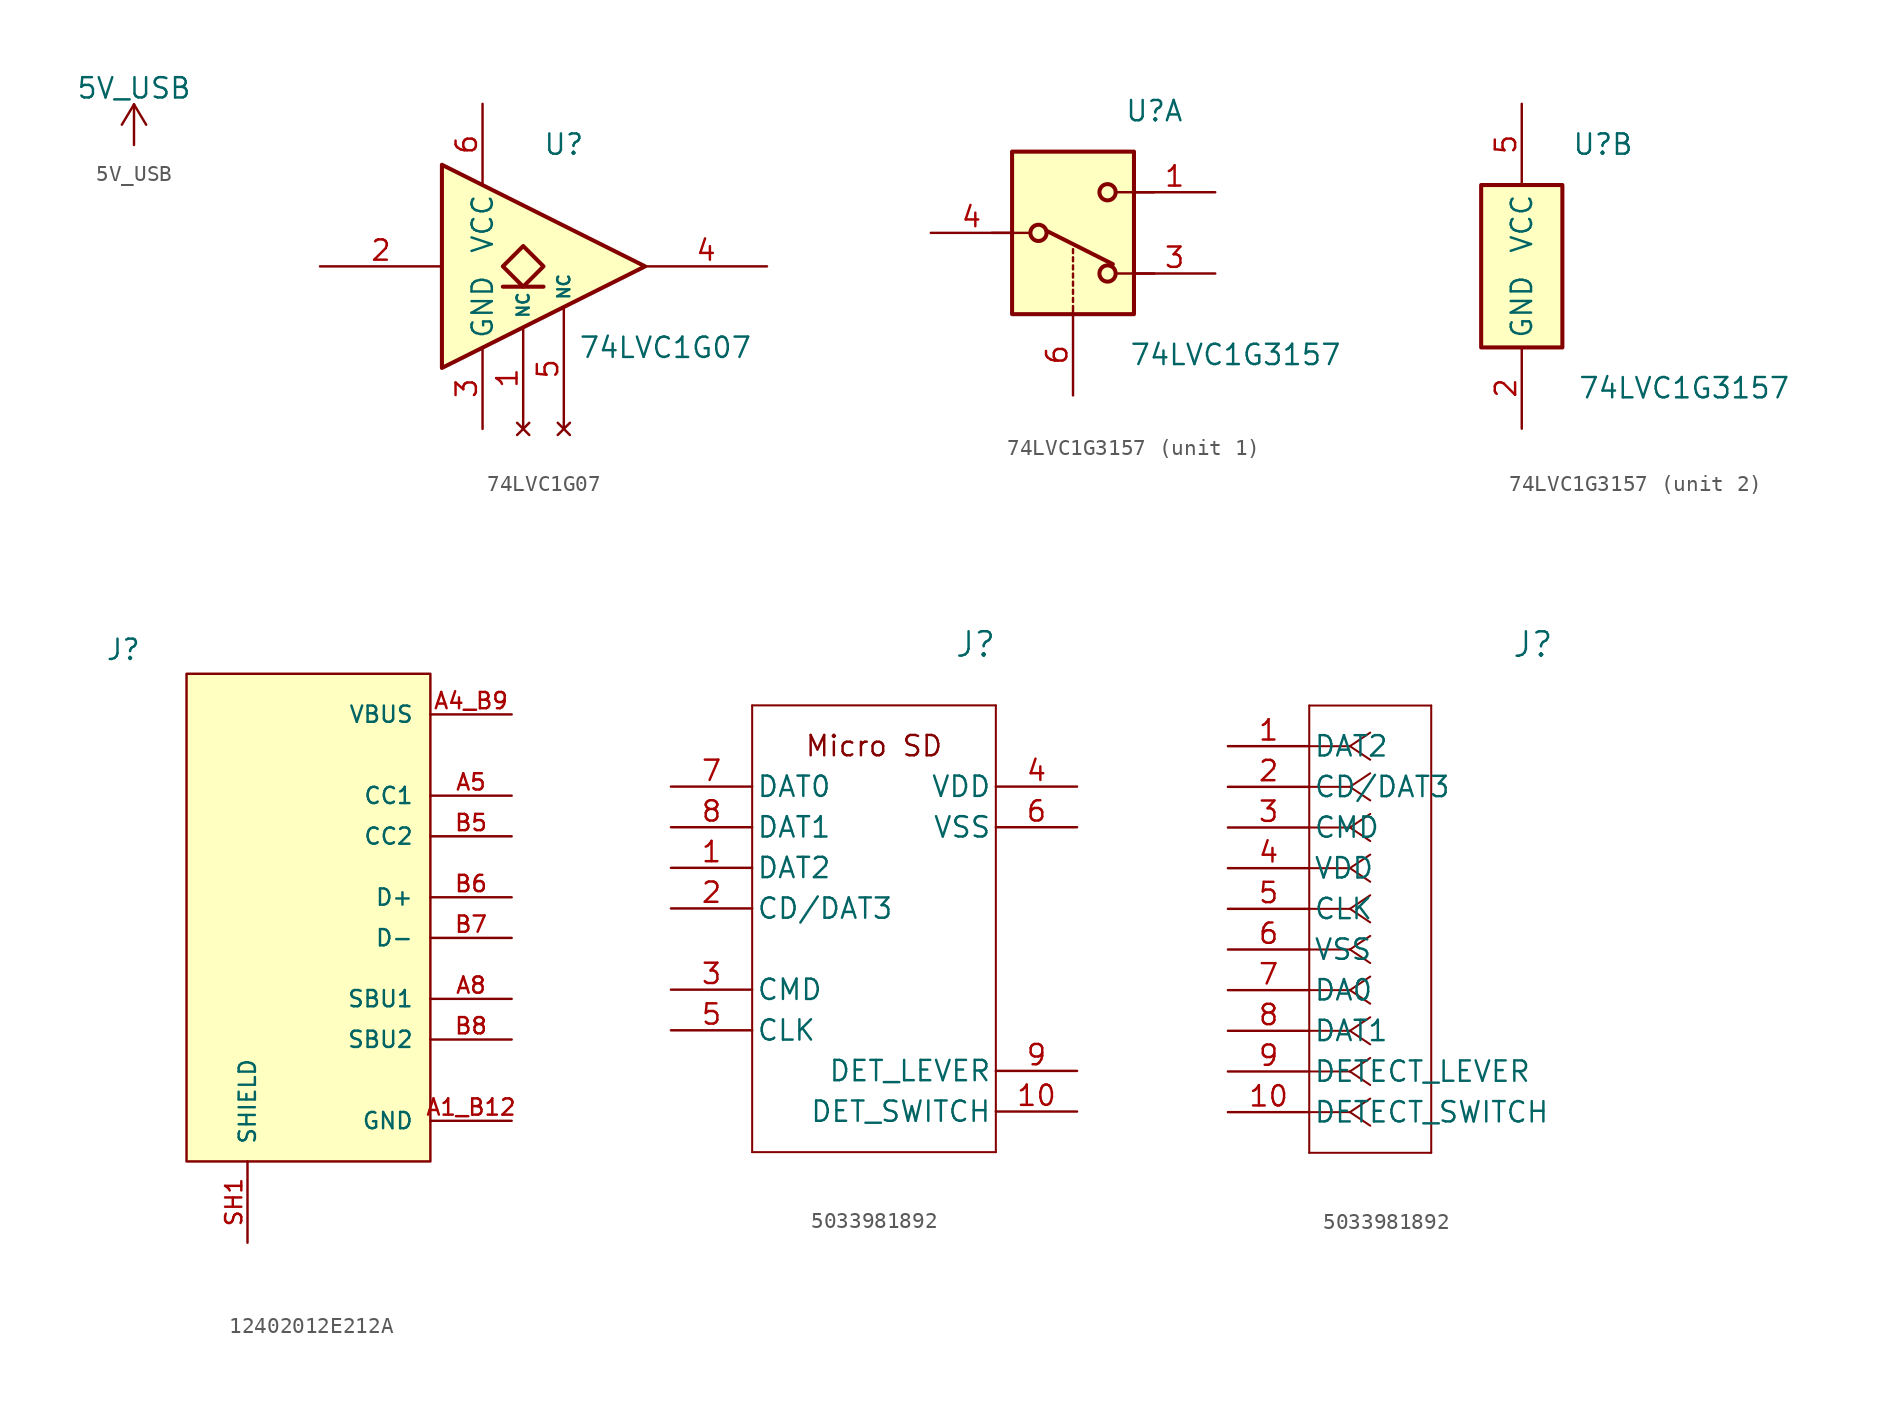
<source format=kicad_sym>
(kicad_symbol_lib
  (version 20220914)
  (generator kicad_symbol_editor)
  (symbol "5V_USB"
    (power)
    (pin_names
      (offset 0))
    (property "Reference" "#PWR"
      (at 0 -3.81 0)
      (effects (font (size 1.27 1.27)) hide))
    (property "Value" "5V_USB"
      (at 0 3.556 0)
      (effects (font (size 1.27 1.27))))
    (symbol "5V_USB_0_1"
      (polyline (pts (xy -0.762 1.27) (xy 0 2.54)) (stroke (width 0) (type default)) (fill (type none)))
      (polyline (pts (xy 0 0) (xy 0 2.54)) (stroke (width 0) (type default)) (fill (type none)))
      (polyline (pts (xy 0 2.54) (xy 0.762 1.27)) (stroke (width 0) (type default)) (fill (type none))))
    (symbol "5V_USB_1_1"
      (pin power_in line (at 0 0 90) (length 0) hide (name "5V_USB" (effects (font (size 1.27 1.27)))) (number "1" (effects (font (size 1.27 1.27)))))))
  (symbol "74LVC1G07"
    (property "Reference" "U"
      (at 0 7.62 0)
      (effects (font (size 1.27 1.27))))
    (property "Value" "74LVC1G07"
      (at 6.35 -5.08 0)
      (effects (font (size 1.27 1.27))))
    (symbol "74LVC1G07_0_1"
      (polyline (pts (xy -3.81 -1.27) (xy -1.27 -1.27)) (stroke (width 0.254) (type default)) (fill (type background)))
      (polyline (pts (xy -7.62 6.35) (xy -7.62 -6.35) (xy 5.08 0) (xy -7.62 6.35)) (stroke (width 0.254) (type default)) (fill (type background)))
      (polyline (pts (xy -2.54 1.27) (xy -3.81 0) (xy -2.54 -1.27) (xy -1.27 0) (xy -2.54 1.27)) (stroke (width 0.254) (type default)) (fill (type background))))
    (symbol "74LVC1G07_1_1"
      (pin no_connect line (at -2.54 -10.16 90) (length 6.35) (name "NC" (effects (font (size 0.762 0.762)))) (number "1" (effects (font (size 1.27 1.27)))))
      (pin input line (at -15.24 0 0) (length 7.62) (name "~" (effects (font (size 1.27 1.27)))) (number "2" (effects (font (size 1.27 1.27)))))
      (pin power_in line (at -5.08 -10.16 90) (length 5.08) (name "GND" (effects (font (size 1.27 1.27)))) (number "3" (effects (font (size 1.27 1.27)))))
      (pin open_collector line (at 12.7 0 180) (length 7.62) (name "~" (effects (font (size 1.27 1.27)))) (number "4" (effects (font (size 1.27 1.27)))))
      (pin no_connect line (at 0 -10.16 90) (length 7.5) (name "NC" (effects (font (size 0.762 0.762)))) (number "5" (effects (font (size 1.27 1.27)))))
      (pin power_in line (at -5.08 10.16 270) (length 5.08) (name "VCC" (effects (font (size 1.27 1.27)))) (number "6" (effects (font (size 1.27 1.27)))))))
  (symbol "74LVC1G3157"
    (property "Reference" "U"
      (at 5.08 7.62 0)
      (effects (font (size 1.27 1.27))))
    (property "Value" "74LVC1G3157"
      (at 10.16 -7.62 0)
      (effects (font (size 1.27 1.27))))
    (property "ki_locked" ""
      (at 0 0 0)
      (effects (font (size 1.27 1.27))))
    (symbol "74LVC1G3157_1_1"
      (rectangle (start -3.81 5.08) (end 3.81 -5.08) (stroke (width 0.254) (type default)) (fill (type background)))
      (circle (center -2.159 0) (radius 0.508) (stroke (width 0.254) (type default)) (fill (type none)))
      (polyline (pts (xy -5.08 0) (xy -2.794 0)) (stroke (width 0) (type default)) (fill (type none)))
      (polyline (pts (xy -1.651 0.127) (xy 2.489 -1.956)) (stroke (width 0.254) (type default)) (fill (type none)))
      (polyline (pts (xy 0 -5.08) (xy 0 -4.572)) (stroke (width 0) (type default)) (fill (type none)))
      (polyline (pts (xy 0 -4.318) (xy 0 -4.064)) (stroke (width 0) (type default)) (fill (type none)))
      (polyline (pts (xy 0 -3.81) (xy 0 -3.556)) (stroke (width 0) (type default)) (fill (type none)))
      (polyline (pts (xy 0 -3.302) (xy 0 -3.048)) (stroke (width 0) (type default)) (fill (type none)))
      (polyline (pts (xy 0 -2.794) (xy 0 -2.54)) (stroke (width 0) (type default)) (fill (type none)))
      (polyline (pts (xy 0 -2.286) (xy 0 -2.032)) (stroke (width 0) (type default)) (fill (type none)))
      (polyline (pts (xy 0 -1.778) (xy 0 -1.524)) (stroke (width 0) (type default)) (fill (type none)))
      (polyline (pts (xy 0 -1.27) (xy 0 -1.016)) (stroke (width 0) (type default)) (fill (type none)))
      (polyline (pts (xy 5.08 -2.54) (xy 2.794 -2.54)) (stroke (width 0) (type default)) (fill (type none)))
      (polyline (pts (xy 5.08 2.54) (xy 2.794 2.54)) (stroke (width 0) (type default)) (fill (type none)))
      (circle (center 2.159 -2.54) (radius 0.508) (stroke (width 0.254) (type default)) (fill (type none)))
      (circle (center 2.159 2.54) (radius 0.508) (stroke (width 0.254) (type default)) (fill (type none)))
      (pin bidirectional line (at 8.89 2.54 180) (length 5.08) (name "~" (effects (font (size 1.27 1.27)))) (number "1" (effects (font (size 1.27 1.27)))))
      (pin bidirectional line (at 8.89 -2.54 180) (length 5.08) (name "~" (effects (font (size 1.27 1.27)))) (number "3" (effects (font (size 1.27 1.27)))))
      (pin bidirectional line (at -8.89 0 0) (length 5.08) (name "~" (effects (font (size 1.27 1.27)))) (number "4" (effects (font (size 1.27 1.27)))))
      (pin input line (at 0 -10.16 90) (length 5.08) (name "~" (effects (font (size 1.27 1.27)))) (number "6" (effects (font (size 1.27 1.27))))))
    (symbol "74LVC1G3157_2_1"
      (rectangle (start -2.54 5.08) (end 2.54 -5.08) (stroke (width 0.254) (type default)) (fill (type background)))
      (pin power_in line (at 0 -10.16 90) (length 5.08) (name "GND" (effects (font (size 1.27 1.27)))) (number "2" (effects (font (size 1.27 1.27)))))
      (pin power_in line (at 0 10.16 270) (length 5.08) (name "VCC" (effects (font (size 1.27 1.27)))) (number "5" (effects (font (size 1.27 1.27)))))))
  (symbol "12402012E212A"
    (pin_names
      (offset 1.016))
    (property "Reference" "J"
      (at -12.7 13.462 0)
      (effects (font (size 1.27 1.27)) (justify left bottom)))
    (symbol "12402012E212A_0_0"
      (pin power_in line (at 12.7 -15.24 180) (length 5.08) (name "GND" (effects (font (size 1.016 1.016)))) (number "A1_B12" (effects (font (size 1.016 1.016)))))
      (pin power_in line (at 12.7 10.16 180) (length 5.08) (name "VBUS" (effects (font (size 1.016 1.016)))) (number "A4_B9" (effects (font (size 1.016 1.016)))))
      (pin bidirectional line (at 12.7 5.08 180) (length 5.08) (name "CC1" (effects (font (size 1.016 1.016)))) (number "A5" (effects (font (size 1.016 1.016)))))
      (pin bidirectional line (at 12.7 -1.27 180) (length 5.08) hide (name "D+" (effects (font (size 1.016 1.016)))) (number "A6" (effects (font (size 1.016 1.016)))))
      (pin bidirectional line (at 12.7 -3.81 180) (length 5.08) hide (name "D-" (effects (font (size 1.016 1.016)))) (number "A7" (effects (font (size 1.016 1.016)))))
      (pin bidirectional line (at 12.7 -7.62 180) (length 5.08) (name "SBU1" (effects (font (size 1.016 1.016)))) (number "A8" (effects (font (size 1.016 1.016)))))
      (pin power_in line (at 12.7 -15.24 180) (length 5.08) hide (name "GND__1" (effects (font (size 1.016 1.016)))) (number "B1_A12" (effects (font (size 1.016 1.016)))))
      (pin power_in line (at 12.7 10.16 180) (length 5.08) hide (name "VBUS__1" (effects (font (size 1.016 1.016)))) (number "B4_A9" (effects (font (size 1.016 1.016)))))
      (pin bidirectional line (at 12.7 2.54 180) (length 5.08) (name "CC2" (effects (font (size 1.016 1.016)))) (number "B5" (effects (font (size 1.016 1.016)))))
      (pin bidirectional line (at 12.7 -1.27 180) (length 5.08) (name "D+" (effects (font (size 1.016 1.016)))) (number "B6" (effects (font (size 1.016 1.016)))))
      (pin bidirectional line (at 12.7 -3.81 180) (length 5.08) (name "D-" (effects (font (size 1.016 1.016)))) (number "B7" (effects (font (size 1.016 1.016)))))
      (pin bidirectional line (at 12.7 -10.16 180) (length 5.08) (name "SBU2" (effects (font (size 1.016 1.016)))) (number "B8" (effects (font (size 1.016 1.016)))))
      (pin passive line (at -3.81 -22.86 90) (length 5.08) (name "SHIELD" (effects (font (size 1.016 1.016)))) (number "SH1" (effects (font (size 1.016 1.016)))))
      (pin passive line (at -3.81 -22.86 90) (length 5.08) hide (name "SHIELD__1" (effects (font (size 1.016 1.016)))) (number "SH2" (effects (font (size 1.016 1.016)))))
      (pin passive line (at -3.81 -22.86 90) (length 5.08) hide (name "SHIELD__2" (effects (font (size 1.016 1.016)))) (number "SH3" (effects (font (size 1.016 1.016)))))
      (pin passive line (at -3.81 -22.86 90) (length 5.08) hide (name "SHIELD__3" (effects (font (size 1.016 1.016)))) (number "SH4" (effects (font (size 1.016 1.016))))))
    (symbol "12402012E212A_0_1"
      (rectangle (start -7.62 12.7) (end 7.62 -17.78) (stroke (width 0) (type solid)) (fill (type background)))))
  (symbol "5033981892"
    (pin_names
      (offset 0.254))
    (property "Reference" "J"
      (at 19.05 6.35 0)
      (effects (font (size 1.524 1.524))))
    (symbol "5033981892_1_1"
      (polyline (pts (xy 5.08 -25.4) (xy 20.32 -25.4)) (stroke (width 0.127) (type default)) (fill (type none)))
      (polyline (pts (xy 5.08 2.54) (xy 5.08 -25.4)) (stroke (width 0.127) (type default)) (fill (type none)))
      (polyline (pts (xy 20.32 -25.4) (xy 20.32 2.54)) (stroke (width 0.127) (type default)) (fill (type none)))
      (polyline (pts (xy 20.32 2.54) (xy 5.08 2.54)) (stroke (width 0.127) (type default)) (fill (type none)))
      (text "Micro SD" (at 12.7 0 0) (effects (font (size 1.27 1.27))))
      (pin unspecified line (at 0 -7.62 0) (length 5.08) (name "DAT2" (effects (font (size 1.27 1.27)))) (number "1" (effects (font (size 1.27 1.27)))))
      (pin unspecified line (at 25.4 -22.86 180) (length 5.08) (name "DET_SWITCH" (effects (font (size 1.27 1.27)))) (number "10" (effects (font (size 1.27 1.27)))))
      (pin unspecified line (at 25.4 -5.08 180) (length 5.08) hide (name "VSS" (effects (font (size 1.27 1.27)))) (number "11" (effects (font (size 1.27 1.27)))))
      (pin unspecified line (at 25.4 -5.08 180) (length 5.08) hide (name "VSS" (effects (font (size 1.27 1.27)))) (number "12" (effects (font (size 1.27 1.27)))))
      (pin unspecified line (at 25.4 -5.08 180) (length 5.08) hide (name "VSS" (effects (font (size 1.27 1.27)))) (number "13" (effects (font (size 1.27 1.27)))))
      (pin unspecified line (at 25.4 -5.08 180) (length 5.08) hide (name "VSS" (effects (font (size 1.27 1.27)))) (number "14" (effects (font (size 1.27 1.27)))))
      (pin unspecified line (at 0 -10.16 0) (length 5.08) (name "CD/DAT3" (effects (font (size 1.27 1.27)))) (number "2" (effects (font (size 1.27 1.27)))))
      (pin unspecified line (at 0 -15.24 0) (length 5.08) (name "CMD" (effects (font (size 1.27 1.27)))) (number "3" (effects (font (size 1.27 1.27)))))
      (pin unspecified line (at 25.4 -2.54 180) (length 5.08) (name "VDD" (effects (font (size 1.27 1.27)))) (number "4" (effects (font (size 1.27 1.27)))))
      (pin unspecified line (at 0 -17.78 0) (length 5.08) (name "CLK" (effects (font (size 1.27 1.27)))) (number "5" (effects (font (size 1.27 1.27)))))
      (pin unspecified line (at 25.4 -5.08 180) (length 5.08) (name "VSS" (effects (font (size 1.27 1.27)))) (number "6" (effects (font (size 1.27 1.27)))))
      (pin unspecified line (at 0 -2.54 0) (length 5.08) (name "DAT0" (effects (font (size 1.27 1.27)))) (number "7" (effects (font (size 1.27 1.27)))))
      (pin unspecified line (at 0 -5.08 0) (length 5.08) (name "DAT1" (effects (font (size 1.27 1.27)))) (number "8" (effects (font (size 1.27 1.27)))))
      (pin unspecified line (at 25.4 -20.32 180) (length 5.08) (name "DET_LEVER" (effects (font (size 1.27 1.27)))) (number "9" (effects (font (size 1.27 1.27))))))
    (symbol "5033981892_1_2"
      (polyline (pts (xy 5.08 -25.4) (xy 12.7 -25.4)) (stroke (width 0.127) (type default)) (fill (type none)))
      (polyline (pts (xy 5.08 2.54) (xy 5.08 -25.4)) (stroke (width 0.127) (type default)) (fill (type none)))
      (polyline (pts (xy 7.62 -22.86) (xy 5.08 -22.86)) (stroke (width 0.127) (type default)) (fill (type none)))
      (polyline (pts (xy 7.62 -22.86) (xy 8.89 -23.707)) (stroke (width 0.127) (type default)) (fill (type none)))
      (polyline (pts (xy 7.62 -22.86) (xy 8.89 -22.013)) (stroke (width 0.127) (type default)) (fill (type none)))
      (polyline (pts (xy 7.62 -20.32) (xy 5.08 -20.32)) (stroke (width 0.127) (type default)) (fill (type none)))
      (polyline (pts (xy 7.62 -20.32) (xy 8.89 -21.167)) (stroke (width 0.127) (type default)) (fill (type none)))
      (polyline (pts (xy 7.62 -20.32) (xy 8.89 -19.473)) (stroke (width 0.127) (type default)) (fill (type none)))
      (polyline (pts (xy 7.62 -17.78) (xy 5.08 -17.78)) (stroke (width 0.127) (type default)) (fill (type none)))
      (polyline (pts (xy 7.62 -17.78) (xy 8.89 -18.627)) (stroke (width 0.127) (type default)) (fill (type none)))
      (polyline (pts (xy 7.62 -17.78) (xy 8.89 -16.933)) (stroke (width 0.127) (type default)) (fill (type none)))
      (polyline (pts (xy 7.62 -15.24) (xy 5.08 -15.24)) (stroke (width 0.127) (type default)) (fill (type none)))
      (polyline (pts (xy 7.62 -15.24) (xy 8.89 -16.087)) (stroke (width 0.127) (type default)) (fill (type none)))
      (polyline (pts (xy 7.62 -15.24) (xy 8.89 -14.393)) (stroke (width 0.127) (type default)) (fill (type none)))
      (polyline (pts (xy 7.62 -12.7) (xy 5.08 -12.7)) (stroke (width 0.127) (type default)) (fill (type none)))
      (polyline (pts (xy 7.62 -12.7) (xy 8.89 -13.547)) (stroke (width 0.127) (type default)) (fill (type none)))
      (polyline (pts (xy 7.62 -12.7) (xy 8.89 -11.853)) (stroke (width 0.127) (type default)) (fill (type none)))
      (polyline (pts (xy 7.62 -10.16) (xy 5.08 -10.16)) (stroke (width 0.127) (type default)) (fill (type none)))
      (polyline (pts (xy 7.62 -10.16) (xy 8.89 -11.007)) (stroke (width 0.127) (type default)) (fill (type none)))
      (polyline (pts (xy 7.62 -10.16) (xy 8.89 -9.313)) (stroke (width 0.127) (type default)) (fill (type none)))
      (polyline (pts (xy 7.62 -7.62) (xy 5.08 -7.62)) (stroke (width 0.127) (type default)) (fill (type none)))
      (polyline (pts (xy 7.62 -7.62) (xy 8.89 -8.467)) (stroke (width 0.127) (type default)) (fill (type none)))
      (polyline (pts (xy 7.62 -7.62) (xy 8.89 -6.773)) (stroke (width 0.127) (type default)) (fill (type none)))
      (polyline (pts (xy 7.62 -5.08) (xy 5.08 -5.08)) (stroke (width 0.127) (type default)) (fill (type none)))
      (polyline (pts (xy 7.62 -5.08) (xy 8.89 -5.927)) (stroke (width 0.127) (type default)) (fill (type none)))
      (polyline (pts (xy 7.62 -5.08) (xy 8.89 -4.233)) (stroke (width 0.127) (type default)) (fill (type none)))
      (polyline (pts (xy 7.62 -2.54) (xy 5.08 -2.54)) (stroke (width 0.127) (type default)) (fill (type none)))
      (polyline (pts (xy 7.62 -2.54) (xy 8.89 -3.387)) (stroke (width 0.127) (type default)) (fill (type none)))
      (polyline (pts (xy 7.62 -2.54) (xy 8.89 -1.693)) (stroke (width 0.127) (type default)) (fill (type none)))
      (polyline (pts (xy 7.62 0) (xy 5.08 0)) (stroke (width 0.127) (type default)) (fill (type none)))
      (polyline (pts (xy 7.62 0) (xy 8.89 -0.847)) (stroke (width 0.127) (type default)) (fill (type none)))
      (polyline (pts (xy 7.62 0) (xy 8.89 0.847)) (stroke (width 0.127) (type default)) (fill (type none)))
      (polyline (pts (xy 12.7 -25.4) (xy 12.7 2.54)) (stroke (width 0.127) (type default)) (fill (type none)))
      (polyline (pts (xy 12.7 2.54) (xy 5.08 2.54)) (stroke (width 0.127) (type default)) (fill (type none)))
      (pin unspecified line (at 0 0 0) (length 5.08) (name "DAT2" (effects (font (size 1.27 1.27)))) (number "1" (effects (font (size 1.27 1.27)))))
      (pin unspecified line (at 0 -22.86 0) (length 5.08) (name "DETECT_SWITCH" (effects (font (size 1.27 1.27)))) (number "10" (effects (font (size 1.27 1.27)))))
      (pin unspecified line (at 0 -2.54 0) (length 5.08) (name "CD/DAT3" (effects (font (size 1.27 1.27)))) (number "2" (effects (font (size 1.27 1.27)))))
      (pin unspecified line (at 0 -5.08 0) (length 5.08) (name "CMD" (effects (font (size 1.27 1.27)))) (number "3" (effects (font (size 1.27 1.27)))))
      (pin unspecified line (at 0 -7.62 0) (length 5.08) (name "VDD" (effects (font (size 1.27 1.27)))) (number "4" (effects (font (size 1.27 1.27)))))
      (pin unspecified line (at 0 -10.16 0) (length 5.08) (name "CLK" (effects (font (size 1.27 1.27)))) (number "5" (effects (font (size 1.27 1.27)))))
      (pin unspecified line (at 0 -12.7 0) (length 5.08) (name "VSS" (effects (font (size 1.27 1.27)))) (number "6" (effects (font (size 1.27 1.27)))))
      (pin unspecified line (at 0 -15.24 0) (length 5.08) (name "DA0" (effects (font (size 1.27 1.27)))) (number "7" (effects (font (size 1.27 1.27)))))
      (pin unspecified line (at 0 -17.78 0) (length 5.08) (name "DAT1" (effects (font (size 1.27 1.27)))) (number "8" (effects (font (size 1.27 1.27)))))
      (pin unspecified line (at 0 -20.32 0) (length 5.08) (name "DETECT_LEVER" (effects (font (size 1.27 1.27)))) (number "9" (effects (font (size 1.27 1.27))))))))
</source>
